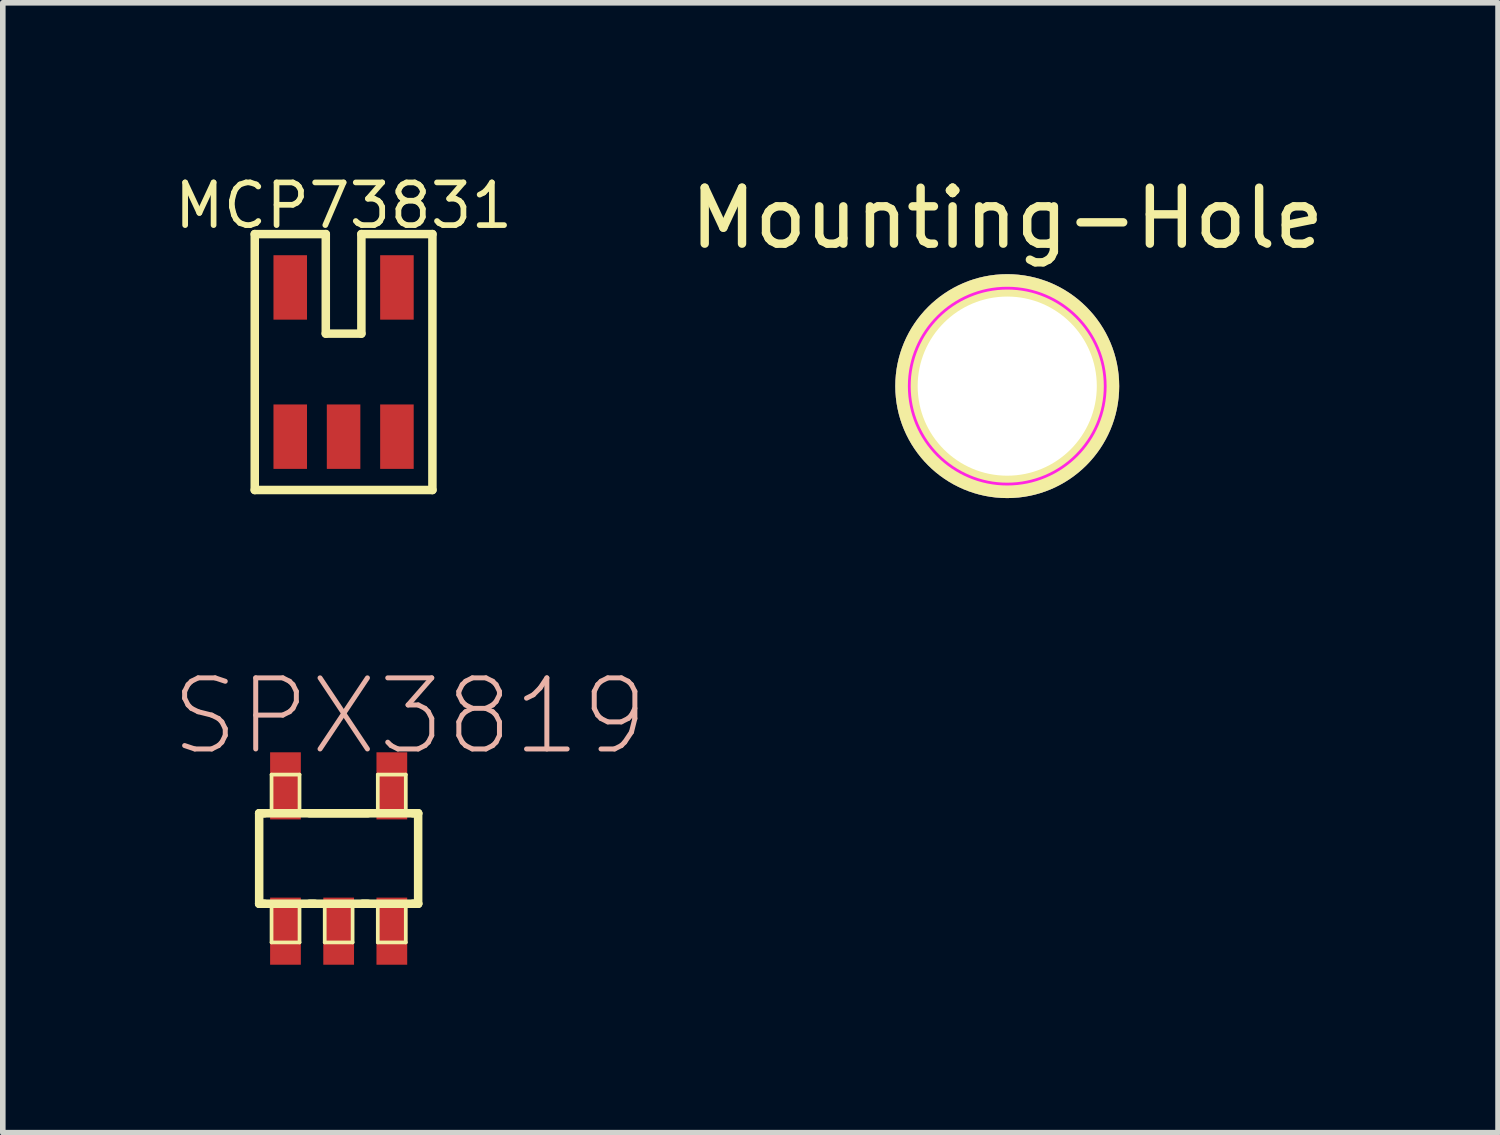
<source format=kicad_pcb>
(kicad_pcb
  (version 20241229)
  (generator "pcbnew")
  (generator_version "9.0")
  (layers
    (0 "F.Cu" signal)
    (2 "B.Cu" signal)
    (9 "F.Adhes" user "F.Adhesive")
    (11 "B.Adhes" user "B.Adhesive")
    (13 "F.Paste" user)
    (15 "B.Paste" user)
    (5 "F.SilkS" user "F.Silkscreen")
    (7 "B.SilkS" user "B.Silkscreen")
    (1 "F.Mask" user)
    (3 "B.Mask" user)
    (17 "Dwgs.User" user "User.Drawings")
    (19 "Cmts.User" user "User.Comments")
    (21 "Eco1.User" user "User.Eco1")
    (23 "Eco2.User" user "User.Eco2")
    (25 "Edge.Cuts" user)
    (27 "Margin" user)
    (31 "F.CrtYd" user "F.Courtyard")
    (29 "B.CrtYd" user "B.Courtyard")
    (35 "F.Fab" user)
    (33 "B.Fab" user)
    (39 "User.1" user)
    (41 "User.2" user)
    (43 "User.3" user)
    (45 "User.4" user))
  (footprint "Mounting-Hole"
    (layer "F.Cu")
    (at 14.944 3.848)
    (property "Reference" "Mounting-Hole" (at 0 -3 0) (layer "F.SilkS") (effects (font (size 1 1) (thickness 0.15))))
    (attr exclude_from_pos_files exclude_from_bom)
    (fp_circle (center 0 0) (end 1.75 0) (stroke (width 0.05) (type solid)) (fill no) (layer "F.CrtYd"))
    (pad "1" thru_hole circle (at 0 0) (size 4 4) (drill 3.2) (layers "*.Cu" "*.Mask" "F.SilkS")))
  (footprint "MCP73831"
    (placed yes)
    (layer "F.Cu")
    (at 3.088 3.418)
    (property "Reference" "MCP73831" (at 0 -2.794 0) (layer "F.SilkS") (effects (font (size 0.762 0.762) (thickness 0.102))))
    (attr smd)
    (fp_line (start -1.587 -2.286) (end -1.587 2.286) (stroke (width 0.152) (type solid)) (layer "F.SilkS"))
    (fp_line (start -1.587 2.286) (end 1.587 2.286) (stroke (width 0.152) (type solid)) (layer "F.SilkS"))
    (fp_line (start -0.318 -2.286) (end -1.587 -2.286) (stroke (width 0.152) (type solid)) (layer "F.SilkS"))
    (fp_line (start -0.318 -2.286) (end -0.318 -0.508) (stroke (width 0.152) (type solid)) (layer "F.SilkS"))
    (fp_line (start -0.318 -0.508) (end 0.318 -0.508) (stroke (width 0.152) (type solid)) (layer "F.SilkS"))
    (fp_line (start 0.318 -2.286) (end 1.587 -2.286) (stroke (width 0.152) (type solid)) (layer "F.SilkS"))
    (fp_line (start 0.318 -0.508) (end 0.318 -2.286) (stroke (width 0.152) (type solid)) (layer "F.SilkS"))
    (fp_line (start 1.587 2.286) (end 1.587 -2.286) (stroke (width 0.152) (type solid)) (layer "F.SilkS"))
    (pad "1" smd rect (at -0.953 -1.333) (size 0.599 1.151) (layers "F.Cu" "F.Mask" "F.Paste"))
    (pad "2" smd rect (at -0.953 1.333) (size 0.599 1.151) (layers "F.Cu" "F.Mask" "F.Paste"))
    (pad "3" smd rect (at 0.953 1.333) (size 0.599 1.151) (layers "F.Cu" "F.Mask" "F.Paste"))
    (pad "4" smd rect (at 0.953 -1.333) (size 0.599 1.151) (layers "F.Cu" "F.Mask" "F.Paste"))
    (pad "5" smd rect (at 0 1.333) (size 0.599 1.151) (layers "F.Cu" "F.Mask" "F.Paste")))
  (footprint "SPX3819"
    (placed yes)
    (layer "F.Cu")
    (at 3 12.287)
    (property "Reference" "SPX3819" (at 1.27 -2.54 0) (layer "B.SilkS") (effects (font (size 1.27 1.27) (thickness 0.089))))
    (attr smd)
    (fp_line (start -1.42 -0.808) (end -1.326 -0.808) (stroke (width 0.152) (type solid)) (layer "F.SilkS"))
    (fp_line (start -1.42 -0.808) (end 1.42 -0.808) (stroke (width 0.152) (type solid)) (layer "F.SilkS"))
    (fp_line (start -1.42 0.808) (end -1.42 -0.808) (stroke (width 0.152) (type solid)) (layer "F.SilkS"))
    (fp_line (start -1.326 0.808) (end -1.42 0.808) (stroke (width 0.152) (type solid)) (layer "F.SilkS"))
    (fp_line (start -1.199 -1.499) (end -0.699 -1.499) (stroke (width 0.066) (type solid)) (layer "F.SilkS"))
    (fp_line (start -1.199 -0.848) (end -1.199 -1.499) (stroke (width 0.066) (type solid)) (layer "F.SilkS"))
    (fp_line (start -1.199 -0.848) (end -0.699 -0.848) (stroke (width 0.066) (type solid)) (layer "F.SilkS"))
    (fp_line (start -1.199 0.848) (end -0.699 0.848) (stroke (width 0.066) (type solid)) (layer "F.SilkS"))
    (fp_line (start -1.199 1.499) (end -1.199 0.848) (stroke (width 0.066) (type solid)) (layer "F.SilkS"))
    (fp_line (start -1.199 1.499) (end -0.699 1.499) (stroke (width 0.066) (type solid)) (layer "F.SilkS"))
    (fp_line (start -0.699 -0.848) (end -0.699 -1.499) (stroke (width 0.066) (type solid)) (layer "F.SilkS"))
    (fp_line (start -0.699 1.499) (end -0.699 0.848) (stroke (width 0.066) (type solid)) (layer "F.SilkS"))
    (fp_line (start -0.521 -0.808) (end 0.521 -0.808) (stroke (width 0.152) (type solid)) (layer "F.SilkS"))
    (fp_line (start -0.427 0.808) (end -0.521 0.808) (stroke (width 0.152) (type solid)) (layer "F.SilkS"))
    (fp_line (start -0.249 0.848) (end 0.249 0.848) (stroke (width 0.066) (type solid)) (layer "F.SilkS"))
    (fp_line (start -0.249 1.499) (end -0.249 0.848) (stroke (width 0.066) (type solid)) (layer "F.SilkS"))
    (fp_line (start -0.249 1.499) (end 0.249 1.499) (stroke (width 0.066) (type solid)) (layer "F.SilkS"))
    (fp_line (start 0.249 1.499) (end 0.249 0.848) (stroke (width 0.066) (type solid)) (layer "F.SilkS"))
    (fp_line (start 0.521 0.808) (end 0.427 0.808) (stroke (width 0.152) (type solid)) (layer "F.SilkS"))
    (fp_line (start 0.699 -1.499) (end 1.199 -1.499) (stroke (width 0.066) (type solid)) (layer "F.SilkS"))
    (fp_line (start 0.699 -0.848) (end 0.699 -1.499) (stroke (width 0.066) (type solid)) (layer "F.SilkS"))
    (fp_line (start 0.699 -0.848) (end 1.199 -0.848) (stroke (width 0.066) (type solid)) (layer "F.SilkS"))
    (fp_line (start 0.699 0.848) (end 1.199 0.848) (stroke (width 0.066) (type solid)) (layer "F.SilkS"))
    (fp_line (start 0.699 1.499) (end 0.699 0.848) (stroke (width 0.066) (type solid)) (layer "F.SilkS"))
    (fp_line (start 0.699 1.499) (end 1.199 1.499) (stroke (width 0.066) (type solid)) (layer "F.SilkS"))
    (fp_line (start 1.199 -0.848) (end 1.199 -1.499) (stroke (width 0.066) (type solid)) (layer "F.SilkS"))
    (fp_line (start 1.199 1.499) (end 1.199 0.848) (stroke (width 0.066) (type solid)) (layer "F.SilkS"))
    (fp_line (start 1.326 -0.808) (end 1.42 -0.808) (stroke (width 0.152) (type solid)) (layer "F.SilkS"))
    (fp_line (start 1.42 -0.808) (end 1.42 0.808) (stroke (width 0.152) (type solid)) (layer "F.SilkS"))
    (fp_line (start 1.42 0.808) (end -1.42 0.808) (stroke (width 0.152) (type solid)) (layer "F.SilkS"))
    (fp_line (start 1.42 0.808) (end 1.326 0.808) (stroke (width 0.152) (type solid)) (layer "F.SilkS"))
    (pad "1" smd rect (at -0.95 1.298) (size 0.549 1.199) (layers "F.Cu" "F.Mask" "F.Paste"))
    (pad "2" smd rect (at 0 1.298) (size 0.549 1.199) (layers "F.Cu" "F.Mask" "F.Paste"))
    (pad "3" smd rect (at 0.95 1.298) (size 0.549 1.199) (layers "F.Cu" "F.Mask" "F.Paste"))
    (pad "4" smd rect (at -0.95 -1.298) (size 0.549 1.199) (layers "F.Cu" "F.Mask" "F.Paste"))
    (pad "5" smd rect (at 0.95 -1.298) (size 0.549 1.199) (layers "F.Cu" "F.Mask" "F.Paste")))
  (gr_rect
    (start -3 -3)
    (end 23.712 17.185)
    (stroke (width 0.1) (type default))
    (fill no)
    (layer "Edge.Cuts")))
</source>
